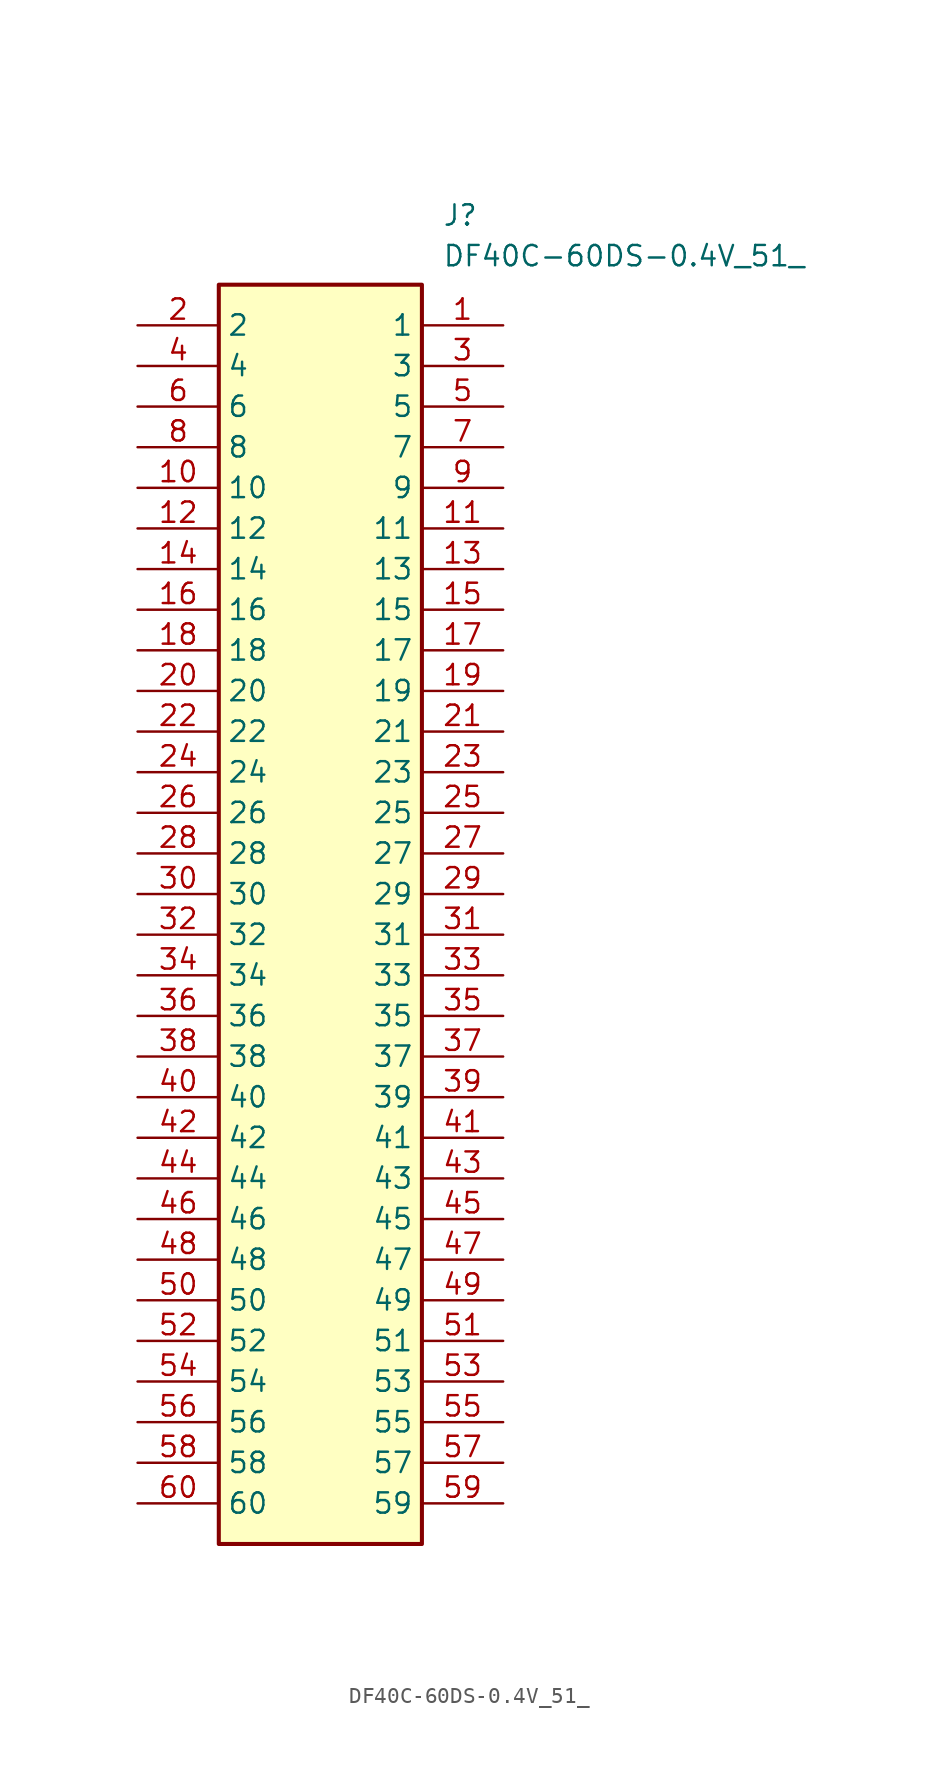
<source format=kicad_sym>
(kicad_symbol_lib
  (version 20231120)
  (generator "kicad_symbol_editor")
  (generator_version "8.0")
  (symbol "DF40C-60DS-0.4V_51_"
    (property "Reference" "J"
      (at 19.05 7.62 0)
      (effects (font (size 1.27 1.27)) (justify left top)))
    (property "Value" "DF40C-60DS-0.4V_51_"
      (at 19.05 5.08 0)
      (effects (font (size 1.27 1.27)) (justify left top)))
    (symbol "DF40C-60DS-0.4V_51__1_1"
      (rectangle (start 5.08 2.54) (end 17.78 -76.2) (stroke (width 0.254) (type default)) (fill (type background)))
      (pin passive line (at 22.86 0 180) (length 5.08) (name "1" (effects (font (size 1.27 1.27)))) (number "1" (effects (font (size 1.27 1.27)))))
      (pin passive line (at 0 -10.16 0) (length 5.08) (name "10" (effects (font (size 1.27 1.27)))) (number "10" (effects (font (size 1.27 1.27)))))
      (pin passive line (at 22.86 -12.7 180) (length 5.08) (name "11" (effects (font (size 1.27 1.27)))) (number "11" (effects (font (size 1.27 1.27)))))
      (pin passive line (at 0 -12.7 0) (length 5.08) (name "12" (effects (font (size 1.27 1.27)))) (number "12" (effects (font (size 1.27 1.27)))))
      (pin passive line (at 22.86 -15.24 180) (length 5.08) (name "13" (effects (font (size 1.27 1.27)))) (number "13" (effects (font (size 1.27 1.27)))))
      (pin passive line (at 0 -15.24 0) (length 5.08) (name "14" (effects (font (size 1.27 1.27)))) (number "14" (effects (font (size 1.27 1.27)))))
      (pin passive line (at 22.86 -17.78 180) (length 5.08) (name "15" (effects (font (size 1.27 1.27)))) (number "15" (effects (font (size 1.27 1.27)))))
      (pin passive line (at 0 -17.78 0) (length 5.08) (name "16" (effects (font (size 1.27 1.27)))) (number "16" (effects (font (size 1.27 1.27)))))
      (pin passive line (at 22.86 -20.32 180) (length 5.08) (name "17" (effects (font (size 1.27 1.27)))) (number "17" (effects (font (size 1.27 1.27)))))
      (pin passive line (at 0 -20.32 0) (length 5.08) (name "18" (effects (font (size 1.27 1.27)))) (number "18" (effects (font (size 1.27 1.27)))))
      (pin passive line (at 22.86 -22.86 180) (length 5.08) (name "19" (effects (font (size 1.27 1.27)))) (number "19" (effects (font (size 1.27 1.27)))))
      (pin passive line (at 0 0 0) (length 5.08) (name "2" (effects (font (size 1.27 1.27)))) (number "2" (effects (font (size 1.27 1.27)))))
      (pin passive line (at 0 -22.86 0) (length 5.08) (name "20" (effects (font (size 1.27 1.27)))) (number "20" (effects (font (size 1.27 1.27)))))
      (pin passive line (at 22.86 -25.4 180) (length 5.08) (name "21" (effects (font (size 1.27 1.27)))) (number "21" (effects (font (size 1.27 1.27)))))
      (pin passive line (at 0 -25.4 0) (length 5.08) (name "22" (effects (font (size 1.27 1.27)))) (number "22" (effects (font (size 1.27 1.27)))))
      (pin passive line (at 22.86 -27.94 180) (length 5.08) (name "23" (effects (font (size 1.27 1.27)))) (number "23" (effects (font (size 1.27 1.27)))))
      (pin passive line (at 0 -27.94 0) (length 5.08) (name "24" (effects (font (size 1.27 1.27)))) (number "24" (effects (font (size 1.27 1.27)))))
      (pin passive line (at 22.86 -30.48 180) (length 5.08) (name "25" (effects (font (size 1.27 1.27)))) (number "25" (effects (font (size 1.27 1.27)))))
      (pin passive line (at 0 -30.48 0) (length 5.08) (name "26" (effects (font (size 1.27 1.27)))) (number "26" (effects (font (size 1.27 1.27)))))
      (pin passive line (at 22.86 -33.02 180) (length 5.08) (name "27" (effects (font (size 1.27 1.27)))) (number "27" (effects (font (size 1.27 1.27)))))
      (pin passive line (at 0 -33.02 0) (length 5.08) (name "28" (effects (font (size 1.27 1.27)))) (number "28" (effects (font (size 1.27 1.27)))))
      (pin passive line (at 22.86 -35.56 180) (length 5.08) (name "29" (effects (font (size 1.27 1.27)))) (number "29" (effects (font (size 1.27 1.27)))))
      (pin passive line (at 22.86 -2.54 180) (length 5.08) (name "3" (effects (font (size 1.27 1.27)))) (number "3" (effects (font (size 1.27 1.27)))))
      (pin passive line (at 0 -35.56 0) (length 5.08) (name "30" (effects (font (size 1.27 1.27)))) (number "30" (effects (font (size 1.27 1.27)))))
      (pin passive line (at 22.86 -38.1 180) (length 5.08) (name "31" (effects (font (size 1.27 1.27)))) (number "31" (effects (font (size 1.27 1.27)))))
      (pin passive line (at 0 -38.1 0) (length 5.08) (name "32" (effects (font (size 1.27 1.27)))) (number "32" (effects (font (size 1.27 1.27)))))
      (pin passive line (at 22.86 -40.64 180) (length 5.08) (name "33" (effects (font (size 1.27 1.27)))) (number "33" (effects (font (size 1.27 1.27)))))
      (pin passive line (at 0 -40.64 0) (length 5.08) (name "34" (effects (font (size 1.27 1.27)))) (number "34" (effects (font (size 1.27 1.27)))))
      (pin passive line (at 22.86 -43.18 180) (length 5.08) (name "35" (effects (font (size 1.27 1.27)))) (number "35" (effects (font (size 1.27 1.27)))))
      (pin passive line (at 0 -43.18 0) (length 5.08) (name "36" (effects (font (size 1.27 1.27)))) (number "36" (effects (font (size 1.27 1.27)))))
      (pin passive line (at 22.86 -45.72 180) (length 5.08) (name "37" (effects (font (size 1.27 1.27)))) (number "37" (effects (font (size 1.27 1.27)))))
      (pin passive line (at 0 -45.72 0) (length 5.08) (name "38" (effects (font (size 1.27 1.27)))) (number "38" (effects (font (size 1.27 1.27)))))
      (pin passive line (at 22.86 -48.26 180) (length 5.08) (name "39" (effects (font (size 1.27 1.27)))) (number "39" (effects (font (size 1.27 1.27)))))
      (pin passive line (at 0 -2.54 0) (length 5.08) (name "4" (effects (font (size 1.27 1.27)))) (number "4" (effects (font (size 1.27 1.27)))))
      (pin passive line (at 0 -48.26 0) (length 5.08) (name "40" (effects (font (size 1.27 1.27)))) (number "40" (effects (font (size 1.27 1.27)))))
      (pin passive line (at 22.86 -50.8 180) (length 5.08) (name "41" (effects (font (size 1.27 1.27)))) (number "41" (effects (font (size 1.27 1.27)))))
      (pin passive line (at 0 -50.8 0) (length 5.08) (name "42" (effects (font (size 1.27 1.27)))) (number "42" (effects (font (size 1.27 1.27)))))
      (pin passive line (at 22.86 -53.34 180) (length 5.08) (name "43" (effects (font (size 1.27 1.27)))) (number "43" (effects (font (size 1.27 1.27)))))
      (pin passive line (at 0 -53.34 0) (length 5.08) (name "44" (effects (font (size 1.27 1.27)))) (number "44" (effects (font (size 1.27 1.27)))))
      (pin passive line (at 22.86 -55.88 180) (length 5.08) (name "45" (effects (font (size 1.27 1.27)))) (number "45" (effects (font (size 1.27 1.27)))))
      (pin passive line (at 0 -55.88 0) (length 5.08) (name "46" (effects (font (size 1.27 1.27)))) (number "46" (effects (font (size 1.27 1.27)))))
      (pin passive line (at 22.86 -58.42 180) (length 5.08) (name "47" (effects (font (size 1.27 1.27)))) (number "47" (effects (font (size 1.27 1.27)))))
      (pin passive line (at 0 -58.42 0) (length 5.08) (name "48" (effects (font (size 1.27 1.27)))) (number "48" (effects (font (size 1.27 1.27)))))
      (pin passive line (at 22.86 -60.96 180) (length 5.08) (name "49" (effects (font (size 1.27 1.27)))) (number "49" (effects (font (size 1.27 1.27)))))
      (pin passive line (at 22.86 -5.08 180) (length 5.08) (name "5" (effects (font (size 1.27 1.27)))) (number "5" (effects (font (size 1.27 1.27)))))
      (pin passive line (at 0 -60.96 0) (length 5.08) (name "50" (effects (font (size 1.27 1.27)))) (number "50" (effects (font (size 1.27 1.27)))))
      (pin passive line (at 22.86 -63.5 180) (length 5.08) (name "51" (effects (font (size 1.27 1.27)))) (number "51" (effects (font (size 1.27 1.27)))))
      (pin passive line (at 0 -63.5 0) (length 5.08) (name "52" (effects (font (size 1.27 1.27)))) (number "52" (effects (font (size 1.27 1.27)))))
      (pin passive line (at 22.86 -66.04 180) (length 5.08) (name "53" (effects (font (size 1.27 1.27)))) (number "53" (effects (font (size 1.27 1.27)))))
      (pin passive line (at 0 -66.04 0) (length 5.08) (name "54" (effects (font (size 1.27 1.27)))) (number "54" (effects (font (size 1.27 1.27)))))
      (pin passive line (at 22.86 -68.58 180) (length 5.08) (name "55" (effects (font (size 1.27 1.27)))) (number "55" (effects (font (size 1.27 1.27)))))
      (pin passive line (at 0 -68.58 0) (length 5.08) (name "56" (effects (font (size 1.27 1.27)))) (number "56" (effects (font (size 1.27 1.27)))))
      (pin passive line (at 22.86 -71.12 180) (length 5.08) (name "57" (effects (font (size 1.27 1.27)))) (number "57" (effects (font (size 1.27 1.27)))))
      (pin passive line (at 0 -71.12 0) (length 5.08) (name "58" (effects (font (size 1.27 1.27)))) (number "58" (effects (font (size 1.27 1.27)))))
      (pin passive line (at 22.86 -73.66 180) (length 5.08) (name "59" (effects (font (size 1.27 1.27)))) (number "59" (effects (font (size 1.27 1.27)))))
      (pin passive line (at 0 -5.08 0) (length 5.08) (name "6" (effects (font (size 1.27 1.27)))) (number "6" (effects (font (size 1.27 1.27)))))
      (pin passive line (at 0 -73.66 0) (length 5.08) (name "60" (effects (font (size 1.27 1.27)))) (number "60" (effects (font (size 1.27 1.27)))))
      (pin passive line (at 22.86 -7.62 180) (length 5.08) (name "7" (effects (font (size 1.27 1.27)))) (number "7" (effects (font (size 1.27 1.27)))))
      (pin passive line (at 0 -7.62 0) (length 5.08) (name "8" (effects (font (size 1.27 1.27)))) (number "8" (effects (font (size 1.27 1.27)))))
      (pin passive line (at 22.86 -10.16 180) (length 5.08) (name "9" (effects (font (size 1.27 1.27)))) (number "9" (effects (font (size 1.27 1.27))))))))
</source>
